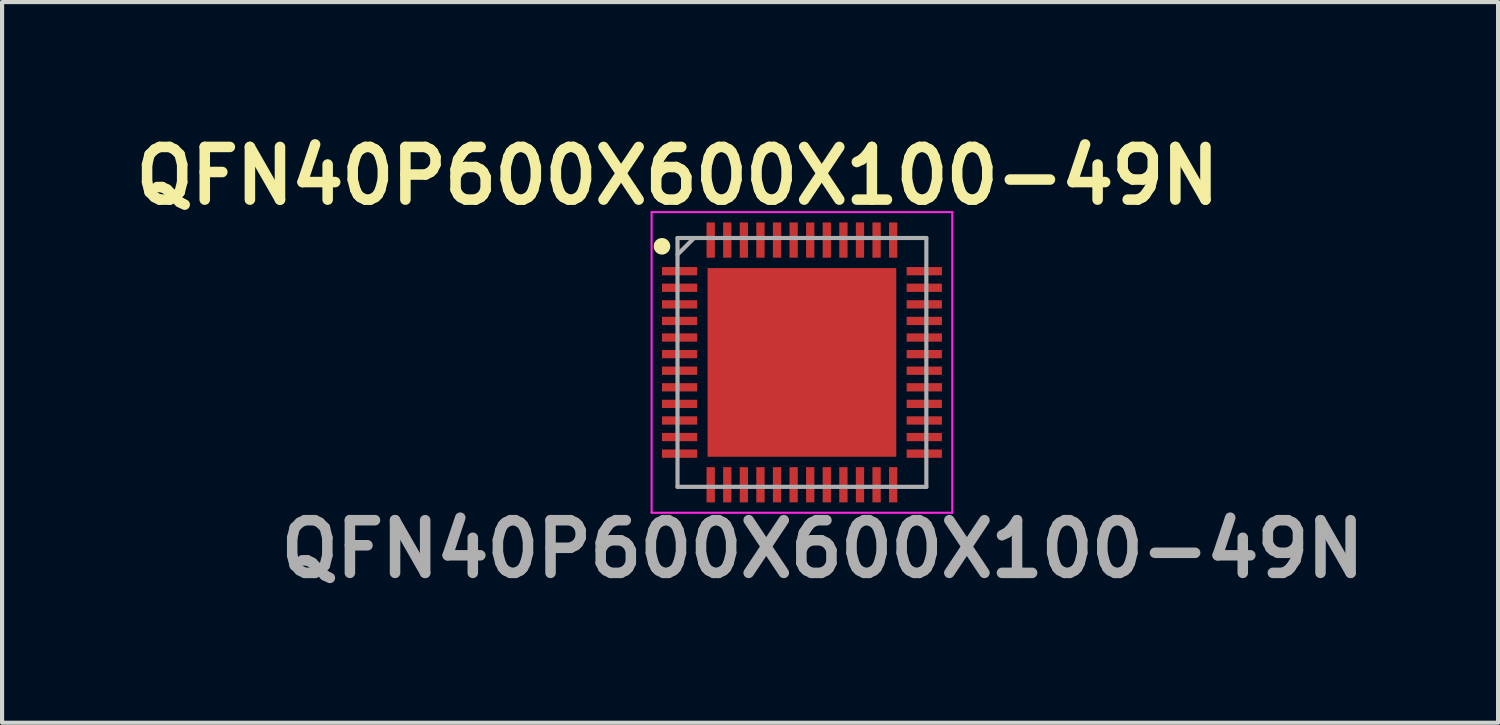
<source format=kicad_pcb>
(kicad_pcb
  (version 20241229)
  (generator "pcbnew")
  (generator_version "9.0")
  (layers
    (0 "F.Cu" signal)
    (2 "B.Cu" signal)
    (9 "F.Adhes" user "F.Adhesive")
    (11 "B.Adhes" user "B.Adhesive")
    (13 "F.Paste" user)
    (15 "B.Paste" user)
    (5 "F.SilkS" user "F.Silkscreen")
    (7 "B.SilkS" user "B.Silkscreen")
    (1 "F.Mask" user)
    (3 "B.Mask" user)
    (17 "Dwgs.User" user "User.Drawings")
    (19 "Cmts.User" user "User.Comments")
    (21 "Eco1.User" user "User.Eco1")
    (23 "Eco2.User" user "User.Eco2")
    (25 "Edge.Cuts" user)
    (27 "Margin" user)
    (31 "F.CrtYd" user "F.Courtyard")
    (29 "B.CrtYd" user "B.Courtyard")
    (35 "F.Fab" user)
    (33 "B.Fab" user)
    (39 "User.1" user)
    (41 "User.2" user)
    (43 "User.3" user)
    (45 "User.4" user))
  (footprint "QFN40P600X600X100-49N"
    (layer "F.Cu")
    (at 16.287 5.689)
    (property "Reference" "QFN40P600X600X100-49N" (at -3 -4.5 0) (layer "F.SilkS") (effects (font (size 1.27 1.27) (thickness 0.254))))
    (attr smd)
    (fp_circle (center -3.375 -2.8) (end -3.375 -2.7) (stroke (width 0.2) (type solid)) (fill no) (layer "F.SilkS"))
    (fp_line (start -3.625 -3.625) (end 3.625 -3.625) (stroke (width 0.05) (type solid)) (layer "F.CrtYd"))
    (fp_line (start -3.625 3.625) (end -3.625 -3.625) (stroke (width 0.05) (type solid)) (layer "F.CrtYd"))
    (fp_line (start 3.625 -3.625) (end 3.625 3.625) (stroke (width 0.05) (type solid)) (layer "F.CrtYd"))
    (fp_line (start 3.625 3.625) (end -3.625 3.625) (stroke (width 0.05) (type solid)) (layer "F.CrtYd"))
    (fp_line (start -3 -3) (end 3 -3) (stroke (width 0.1) (type solid)) (layer "F.Fab"))
    (fp_line (start -3 -2.6) (end -2.6 -3) (stroke (width 0.1) (type solid)) (layer "F.Fab"))
    (fp_line (start -3 3) (end -3 -3) (stroke (width 0.1) (type solid)) (layer "F.Fab"))
    (fp_line (start 3 -3) (end 3 3) (stroke (width 0.1) (type solid)) (layer "F.Fab"))
    (fp_line (start 3 3) (end -3 3) (stroke (width 0.1) (type solid)) (layer "F.Fab"))
    (fp_text user "${REFERENCE}" (at 0.5 4.5 0) (layer "F.Fab") (effects (font (size 1.27 1.27) (thickness 0.254))))
    (pad "1" smd rect (at -2.95 -2.2 90) (size 0.2 0.85) (layers "F.Cu" "F.Mask" "F.Paste"))
    (pad "2" smd rect (at -2.95 -1.8 90) (size 0.2 0.85) (layers "F.Cu" "F.Mask" "F.Paste"))
    (pad "3" smd rect (at -2.95 -1.4 90) (size 0.2 0.85) (layers "F.Cu" "F.Mask" "F.Paste"))
    (pad "4" smd rect (at -2.95 -1 90) (size 0.2 0.85) (layers "F.Cu" "F.Mask" "F.Paste"))
    (pad "5" smd rect (at -2.95 -0.6 90) (size 0.2 0.85) (layers "F.Cu" "F.Mask" "F.Paste"))
    (pad "6" smd rect (at -2.95 -0.2 90) (size 0.2 0.85) (layers "F.Cu" "F.Mask" "F.Paste"))
    (pad "7" smd rect (at -2.95 0.2 90) (size 0.2 0.85) (layers "F.Cu" "F.Mask" "F.Paste"))
    (pad "8" smd rect (at -2.95 0.6 90) (size 0.2 0.85) (layers "F.Cu" "F.Mask" "F.Paste"))
    (pad "9" smd rect (at -2.95 1 90) (size 0.2 0.85) (layers "F.Cu" "F.Mask" "F.Paste"))
    (pad "10" smd rect (at -2.95 1.4 90) (size 0.2 0.85) (layers "F.Cu" "F.Mask" "F.Paste"))
    (pad "11" smd rect (at -2.95 1.8 90) (size 0.2 0.85) (layers "F.Cu" "F.Mask" "F.Paste"))
    (pad "12" smd rect (at -2.95 2.2 90) (size 0.2 0.85) (layers "F.Cu" "F.Mask" "F.Paste"))
    (pad "13" smd rect (at -2.2 2.95) (size 0.2 0.85) (layers "F.Cu" "F.Mask" "F.Paste"))
    (pad "14" smd rect (at -1.8 2.95) (size 0.2 0.85) (layers "F.Cu" "F.Mask" "F.Paste"))
    (pad "15" smd rect (at -1.4 2.95) (size 0.2 0.85) (layers "F.Cu" "F.Mask" "F.Paste"))
    (pad "16" smd rect (at -1 2.95) (size 0.2 0.85) (layers "F.Cu" "F.Mask" "F.Paste"))
    (pad "17" smd rect (at -0.6 2.95) (size 0.2 0.85) (layers "F.Cu" "F.Mask" "F.Paste"))
    (pad "18" smd rect (at -0.2 2.95) (size 0.2 0.85) (layers "F.Cu" "F.Mask" "F.Paste"))
    (pad "19" smd rect (at 0.2 2.95) (size 0.2 0.85) (layers "F.Cu" "F.Mask" "F.Paste"))
    (pad "20" smd rect (at 0.6 2.95) (size 0.2 0.85) (layers "F.Cu" "F.Mask" "F.Paste"))
    (pad "21" smd rect (at 1 2.95) (size 0.2 0.85) (layers "F.Cu" "F.Mask" "F.Paste"))
    (pad "22" smd rect (at 1.4 2.95) (size 0.2 0.85) (layers "F.Cu" "F.Mask" "F.Paste"))
    (pad "23" smd rect (at 1.8 2.95) (size 0.2 0.85) (layers "F.Cu" "F.Mask" "F.Paste"))
    (pad "24" smd rect (at 2.2 2.95) (size 0.2 0.85) (layers "F.Cu" "F.Mask" "F.Paste"))
    (pad "25" smd rect (at 2.95 2.2 90) (size 0.2 0.85) (layers "F.Cu" "F.Mask" "F.Paste"))
    (pad "26" smd rect (at 2.95 1.8 90) (size 0.2 0.85) (layers "F.Cu" "F.Mask" "F.Paste"))
    (pad "27" smd rect (at 2.95 1.4 90) (size 0.2 0.85) (layers "F.Cu" "F.Mask" "F.Paste"))
    (pad "28" smd rect (at 2.95 1 90) (size 0.2 0.85) (layers "F.Cu" "F.Mask" "F.Paste"))
    (pad "29" smd rect (at 2.95 0.6 90) (size 0.2 0.85) (layers "F.Cu" "F.Mask" "F.Paste"))
    (pad "30" smd rect (at 2.95 0.2 90) (size 0.2 0.85) (layers "F.Cu" "F.Mask" "F.Paste"))
    (pad "31" smd rect (at 2.95 -0.2 90) (size 0.2 0.85) (layers "F.Cu" "F.Mask" "F.Paste"))
    (pad "32" smd rect (at 2.95 -0.6 90) (size 0.2 0.85) (layers "F.Cu" "F.Mask" "F.Paste"))
    (pad "33" smd rect (at 2.95 -1 90) (size 0.2 0.85) (layers "F.Cu" "F.Mask" "F.Paste"))
    (pad "34" smd rect (at 2.95 -1.4 90) (size 0.2 0.85) (layers "F.Cu" "F.Mask" "F.Paste"))
    (pad "35" smd rect (at 2.95 -1.8 90) (size 0.2 0.85) (layers "F.Cu" "F.Mask" "F.Paste"))
    (pad "36" smd rect (at 2.95 -2.2 90) (size 0.2 0.85) (layers "F.Cu" "F.Mask" "F.Paste"))
    (pad "37" smd rect (at 2.2 -2.95) (size 0.2 0.85) (layers "F.Cu" "F.Mask" "F.Paste"))
    (pad "38" smd rect (at 1.8 -2.95) (size 0.2 0.85) (layers "F.Cu" "F.Mask" "F.Paste"))
    (pad "39" smd rect (at 1.4 -2.95) (size 0.2 0.85) (layers "F.Cu" "F.Mask" "F.Paste"))
    (pad "40" smd rect (at 1 -2.95) (size 0.2 0.85) (layers "F.Cu" "F.Mask" "F.Paste"))
    (pad "41" smd rect (at 0.6 -2.95) (size 0.2 0.85) (layers "F.Cu" "F.Mask" "F.Paste"))
    (pad "42" smd rect (at 0.2 -2.95) (size 0.2 0.85) (layers "F.Cu" "F.Mask" "F.Paste"))
    (pad "43" smd rect (at -0.2 -2.95) (size 0.2 0.85) (layers "F.Cu" "F.Mask" "F.Paste"))
    (pad "44" smd rect (at -0.6 -2.95) (size 0.2 0.85) (layers "F.Cu" "F.Mask" "F.Paste"))
    (pad "45" smd rect (at -1 -2.95) (size 0.2 0.85) (layers "F.Cu" "F.Mask" "F.Paste"))
    (pad "46" smd rect (at -1.4 -2.95) (size 0.2 0.85) (layers "F.Cu" "F.Mask" "F.Paste"))
    (pad "47" smd rect (at -1.8 -2.95) (size 0.2 0.85) (layers "F.Cu" "F.Mask" "F.Paste"))
    (pad "48" smd rect (at -2.2 -2.95) (size 0.2 0.85) (layers "F.Cu" "F.Mask" "F.Paste"))
    (pad "49" smd rect (at 0 0) (size 4.55 4.55) (layers "F.Cu" "F.Mask" "F.Paste")))
  (gr_rect
    (start -3 -3)
    (end 33.073 14.377)
    (stroke (width 0.1) (type default))
    (fill no)
    (layer "Edge.Cuts")))
</source>
